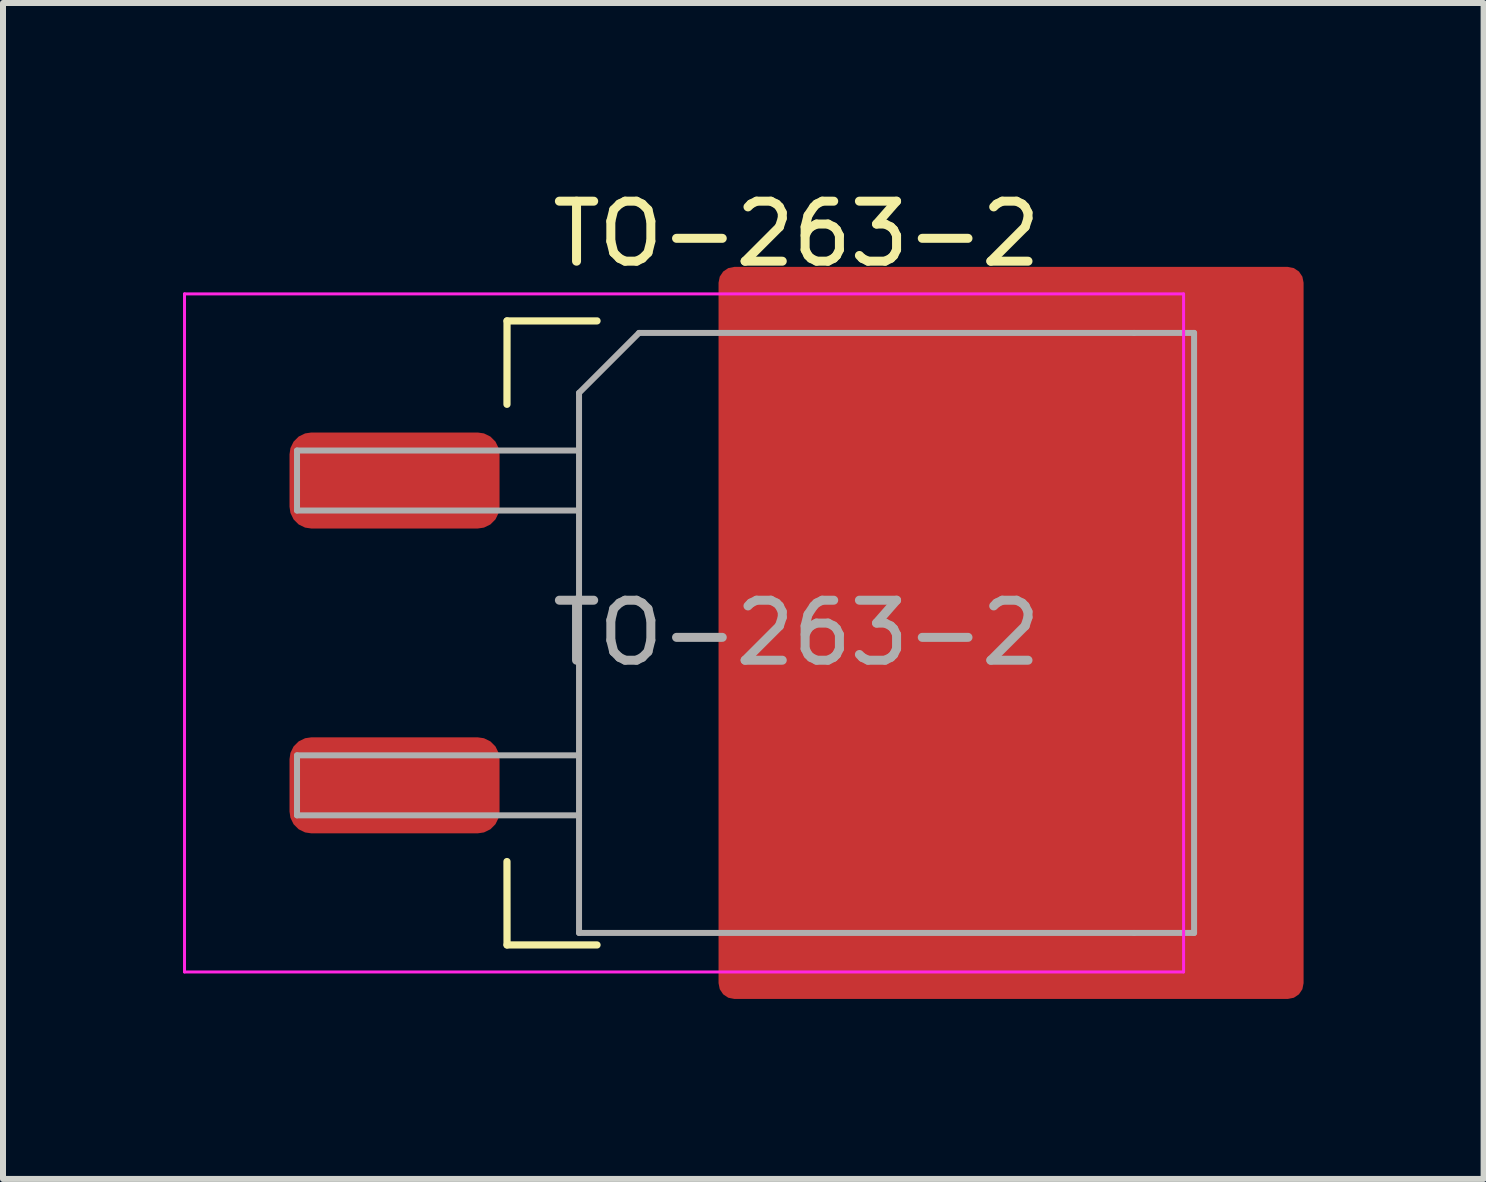
<source format=kicad_pcb>
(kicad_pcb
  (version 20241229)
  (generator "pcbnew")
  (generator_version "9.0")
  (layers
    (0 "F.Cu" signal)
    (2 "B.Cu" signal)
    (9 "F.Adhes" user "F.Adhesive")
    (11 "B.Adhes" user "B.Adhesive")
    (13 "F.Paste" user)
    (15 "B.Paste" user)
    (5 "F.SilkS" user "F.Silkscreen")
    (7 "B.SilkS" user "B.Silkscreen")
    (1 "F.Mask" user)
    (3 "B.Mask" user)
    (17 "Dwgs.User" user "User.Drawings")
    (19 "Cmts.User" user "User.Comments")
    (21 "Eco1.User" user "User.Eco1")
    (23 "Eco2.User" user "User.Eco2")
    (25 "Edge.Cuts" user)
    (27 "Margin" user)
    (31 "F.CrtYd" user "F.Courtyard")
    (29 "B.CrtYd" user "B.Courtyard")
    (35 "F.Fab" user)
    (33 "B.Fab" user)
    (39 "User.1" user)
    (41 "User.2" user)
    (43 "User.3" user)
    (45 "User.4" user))
  (footprint "TO-263-2"
    (layer "F.Cu")
    (at 10.225 7.498)
    (property "Reference" "TO-263-2" (at 0 -6.65 0) (layer "F.SilkS") (effects (font (size 1 1) (thickness 0.15))))
    (attr smd)
    (fp_line (start -4.825 -5.2) (end -4.826 -3.81) (stroke (width 0.12) (type solid)) (layer "F.SilkS"))
    (fp_line (start -4.825 5.2) (end -4.826 3.81) (stroke (width 0.12) (type solid)) (layer "F.SilkS"))
    (fp_line (start -3.325 -5.2) (end -4.825 -5.2) (stroke (width 0.12) (type solid)) (layer "F.SilkS"))
    (fp_line (start -3.325 5.2) (end -4.825 5.2) (stroke (width 0.12) (type solid)) (layer "F.SilkS"))
    (fp_line (start -10.2 -5.65) (end -10.2 5.65) (stroke (width 0.05) (type solid)) (layer "F.CrtYd"))
    (fp_line (start -10.2 5.65) (end 6.45 5.65) (stroke (width 0.05) (type solid)) (layer "F.CrtYd"))
    (fp_line (start 6.45 -5.65) (end -10.2 -5.65) (stroke (width 0.05) (type solid)) (layer "F.CrtYd"))
    (fp_line (start 6.45 5.65) (end 6.45 -5.65) (stroke (width 0.05) (type solid)) (layer "F.CrtYd"))
    (fp_line (start -8.325 -3.04) (end -8.325 -2.04) (stroke (width 0.1) (type solid)) (layer "F.Fab"))
    (fp_line (start -8.325 -2.04) (end -3.625 -2.04) (stroke (width 0.1) (type solid)) (layer "F.Fab"))
    (fp_line (start -8.325 2.04) (end -8.325 3.04) (stroke (width 0.1) (type solid)) (layer "F.Fab"))
    (fp_line (start -8.325 3.04) (end -3.625 3.04) (stroke (width 0.1) (type solid)) (layer "F.Fab"))
    (fp_line (start -3.625 -4) (end -2.625 -5) (stroke (width 0.1) (type solid)) (layer "F.Fab"))
    (fp_line (start -3.625 -3.04) (end -8.325 -3.04) (stroke (width 0.1) (type solid)) (layer "F.Fab"))
    (fp_line (start -3.625 2.04) (end -8.325 2.04) (stroke (width 0.1) (type solid)) (layer "F.Fab"))
    (fp_line (start -3.625 5) (end -3.625 -4) (stroke (width 0.1) (type solid)) (layer "F.Fab"))
    (fp_line (start -2.625 -5) (end 5.625 -5) (stroke (width 0.1) (type solid)) (layer "F.Fab"))
    (fp_line (start 5.625 -5) (end 6.625 -5) (stroke (width 0.1) (type solid)) (layer "F.Fab"))
    (fp_line (start 5.625 5) (end -3.625 5) (stroke (width 0.1) (type solid)) (layer "F.Fab"))
    (fp_line (start 6.625 -5) (end 6.625 5) (stroke (width 0.1) (type solid)) (layer "F.Fab"))
    (fp_line (start 6.625 5) (end 5.625 5) (stroke (width 0.1) (type solid)) (layer "F.Fab"))
    (fp_text user "${REFERENCE}" (at 0 0 0) (layer "F.Fab") (effects (font (size 1 1) (thickness 0.15))))
    (pad "1" smd roundrect (at -6.7 -2.54) (size 3.5 1.6) (layers "F.Cu" "F.Mask" "F.Paste") (roundrect_rratio 0.227))
    (pad "2" smd roundrect (at 1.137 -3.05) (size 4.275 5.5) (layers "F.Cu" "F.Paste") (roundrect_rratio 0.055))
    (pad "2" smd roundrect (at 1.137 3.05) (size 4.275 5.5) (layers "F.Cu" "F.Paste") (roundrect_rratio 0.055))
    (pad "2" smd roundrect (at 3.575 0) (size 9.75 12.2) (layers "F.Cu" "F.Mask") (roundrect_rratio 0.027))
    (pad "2" smd roundrect (at 6.013 -3.05) (size 4.275 5.5) (layers "F.Cu" "F.Paste") (roundrect_rratio 0.055))
    (pad "2" smd roundrect (at 6.013 3.05) (size 4.275 5.5) (layers "F.Cu" "F.Paste") (roundrect_rratio 0.055))
    (pad "3" smd roundrect (at -6.7 2.54) (size 3.5 1.6) (layers "F.Cu" "F.Mask" "F.Paste") (roundrect_rratio 0.227)))
  (gr_rect
    (start -3 -3)
    (end 21.675 16.598)
    (stroke (width 0.1) (type default))
    (fill no)
    (layer "Edge.Cuts")))
</source>
